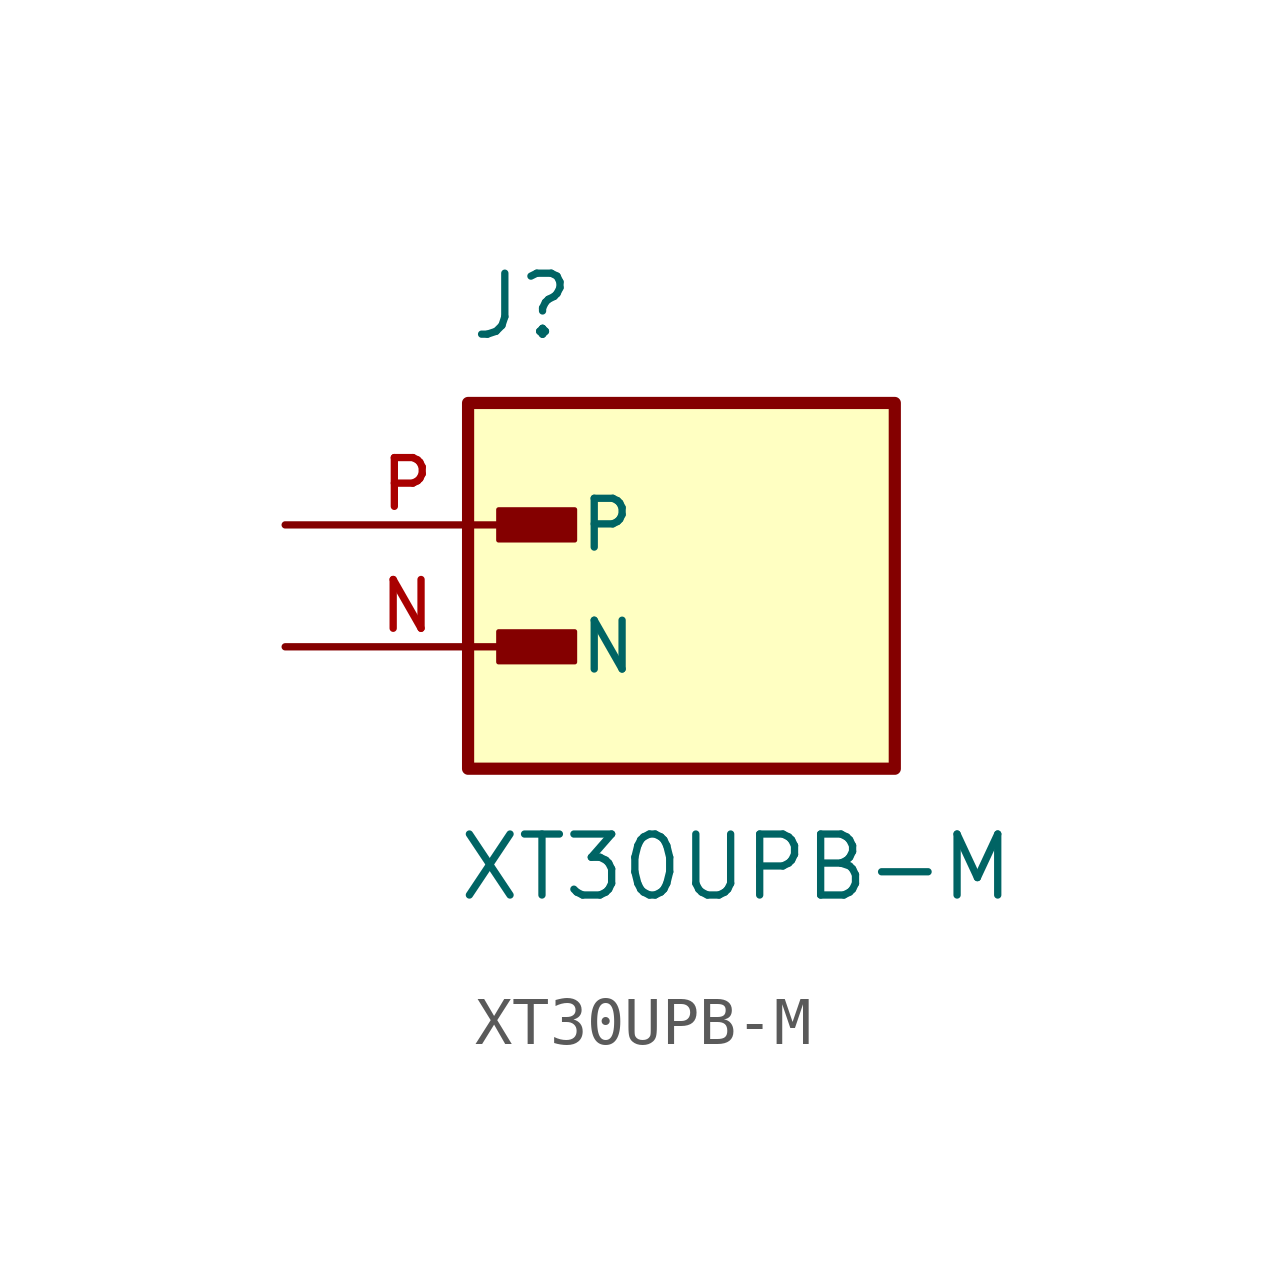
<source format=kicad_sym>
(kicad_symbol_lib
  (version 20211014)
  (generator kicad_symbol_editor)
  (symbol "XT30UPB-M"
    (pin_names
      (offset 1.016))
    (property "Reference" "J"
      (at -3.81 3.81 0)
      (effects (font (size 1.27 1.27)) (justify bottom left)))
    (property "Value" "XT30UPB-M"
      (at -4.064 -7.874 0)
      (effects (font (size 1.27 1.27)) (justify bottom left)))
    (symbol "XT30UPB-M_0_0"
      (rectangle (start -3.175 -0.318) (end -1.587 0.318) (stroke (width 0.1)) (fill (type outline)))
      (rectangle (start -3.175 -2.857) (end -1.587 -2.223) (stroke (width 0.1)) (fill (type outline)))
      (rectangle (start -3.81 -5.08) (end 5.08 2.54) (stroke (width 0.254)) (fill (type background)))
      (pin passive line (at -7.62 0.0 0) (length 5.08) (name "P" (effects (font (size 1.016 1.016)))) (number "P" (effects (font (size 1.016 1.016)))))
      (pin passive line (at -7.62 -2.54 0) (length 5.08) (name "N" (effects (font (size 1.016 1.016)))) (number "N" (effects (font (size 1.016 1.016))))))))
</source>
